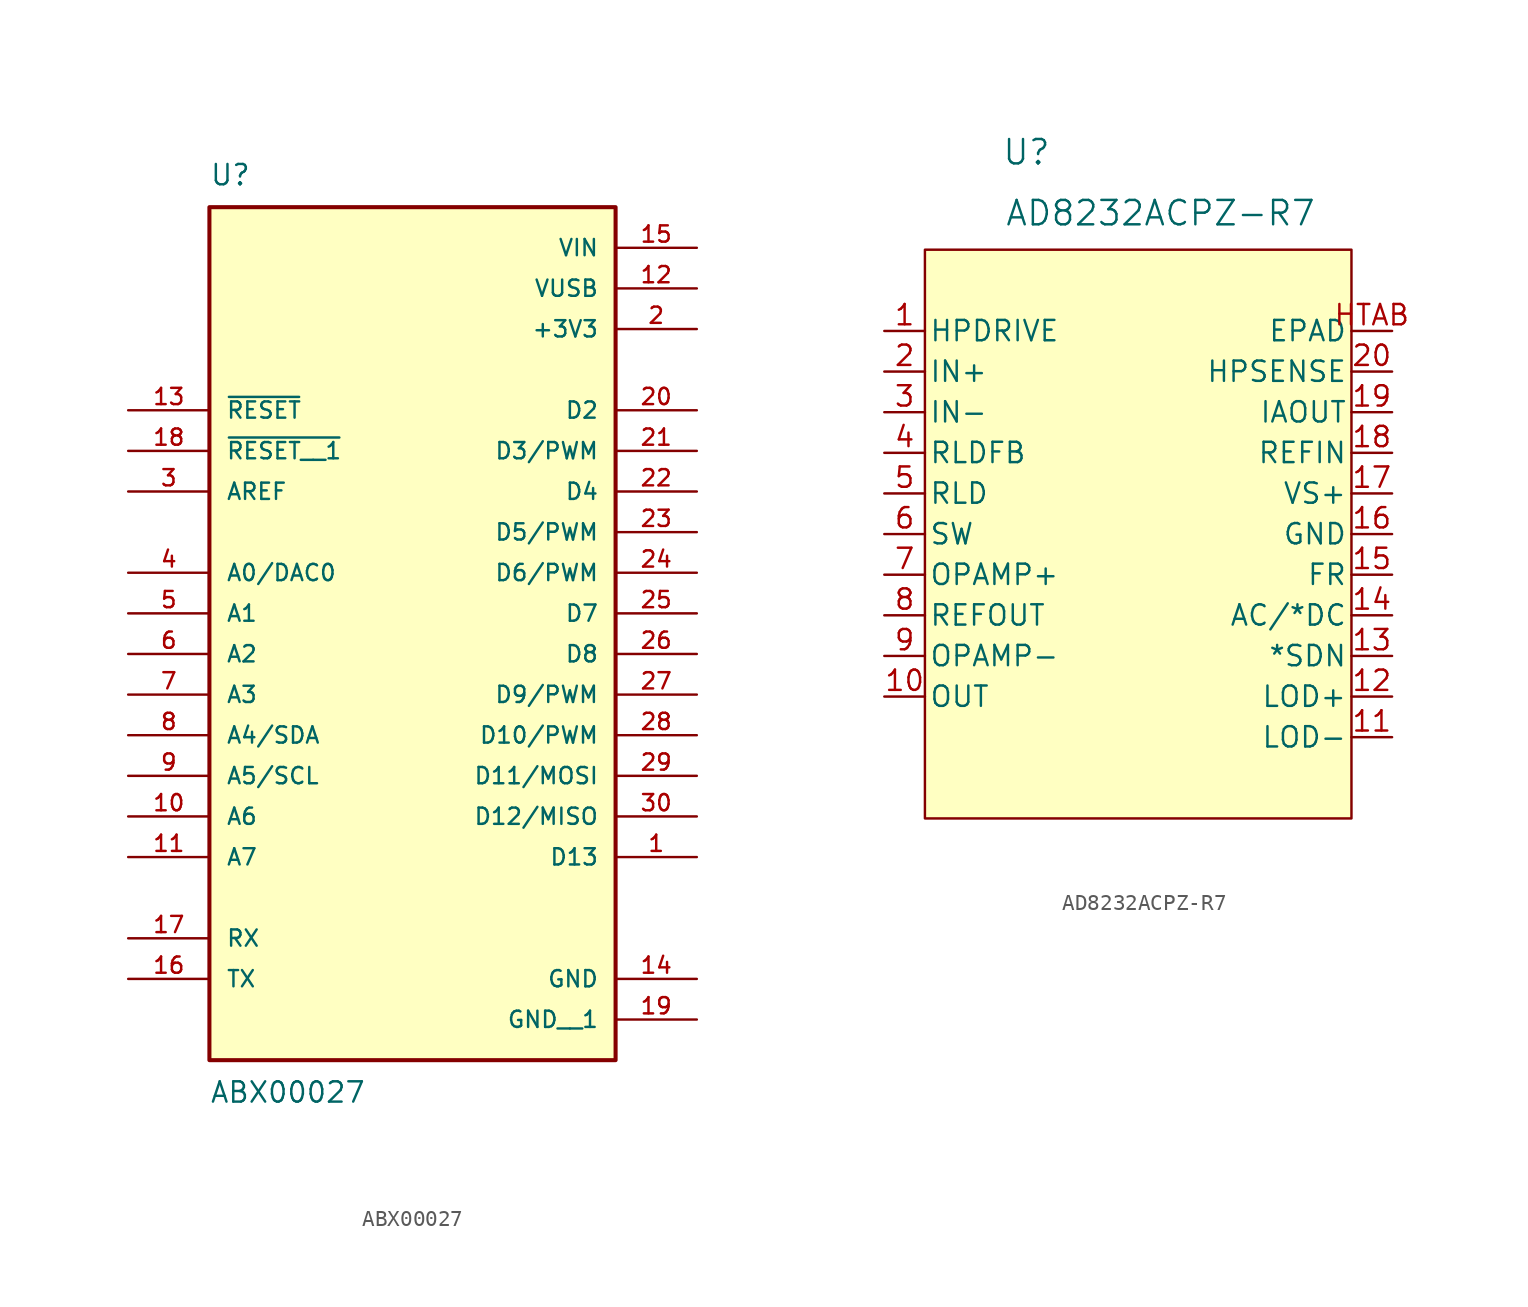
<source format=kicad_sym>
(kicad_symbol_lib
  (version 20241209)
  (generator "kicad_symbol_editor")
  (generator_version "9.0")
  (symbol "ABX00027"
    (pin_names
      (offset 1.016))
    (property "Reference" "U"
      (at -12.7 26.67 0)
      (effects (font (size 1.27 1.27)) (justify left bottom)))
    (property "Value" "ABX00027"
      (at -12.7 -29.21 0)
      (effects (font (size 1.27 1.27)) (justify left top)))
    (symbol "ABX00027_0_0"
      (rectangle (start -12.7 -27.94) (end 12.7 25.4) (stroke (width 0.254) (type default)) (fill (type background)))
      (pin input line (at -17.78 12.7 0) (length 5.08) (name "~{RESET}" (effects (font (size 1.016 1.016)))) (number "13" (effects (font (size 1.016 1.016)))))
      (pin input line (at -17.78 10.16 0) (length 5.08) (name "~{RESET__1}" (effects (font (size 1.016 1.016)))) (number "18" (effects (font (size 1.016 1.016)))))
      (pin input line (at -17.78 7.62 0) (length 5.08) (name "AREF" (effects (font (size 1.016 1.016)))) (number "3" (effects (font (size 1.016 1.016)))))
      (pin bidirectional line (at -17.78 2.54 0) (length 5.08) (name "A0/DAC0" (effects (font (size 1.016 1.016)))) (number "4" (effects (font (size 1.016 1.016)))))
      (pin input line (at -17.78 0 0) (length 5.08) (name "A1" (effects (font (size 1.016 1.016)))) (number "5" (effects (font (size 1.016 1.016)))))
      (pin input line (at -17.78 -2.54 0) (length 5.08) (name "A2" (effects (font (size 1.016 1.016)))) (number "6" (effects (font (size 1.016 1.016)))))
      (pin input line (at -17.78 -5.08 0) (length 5.08) (name "A3" (effects (font (size 1.016 1.016)))) (number "7" (effects (font (size 1.016 1.016)))))
      (pin input line (at -17.78 -7.62 0) (length 5.08) (name "A4/SDA" (effects (font (size 1.016 1.016)))) (number "8" (effects (font (size 1.016 1.016)))))
      (pin input line (at -17.78 -10.16 0) (length 5.08) (name "A5/SCL" (effects (font (size 1.016 1.016)))) (number "9" (effects (font (size 1.016 1.016)))))
      (pin input line (at -17.78 -12.7 0) (length 5.08) (name "A6" (effects (font (size 1.016 1.016)))) (number "10" (effects (font (size 1.016 1.016)))))
      (pin input line (at -17.78 -15.24 0) (length 5.08) (name "A7" (effects (font (size 1.016 1.016)))) (number "11" (effects (font (size 1.016 1.016)))))
      (pin bidirectional line (at -17.78 -20.32 0) (length 5.08) (name "RX" (effects (font (size 1.016 1.016)))) (number "17" (effects (font (size 1.016 1.016)))))
      (pin bidirectional line (at -17.78 -22.86 0) (length 5.08) (name "TX" (effects (font (size 1.016 1.016)))) (number "16" (effects (font (size 1.016 1.016)))))
      (pin power_in line (at 17.78 22.86 180) (length 5.08) (name "VIN" (effects (font (size 1.016 1.016)))) (number "15" (effects (font (size 1.016 1.016)))))
      (pin power_in line (at 17.78 20.32 180) (length 5.08) (name "VUSB" (effects (font (size 1.016 1.016)))) (number "12" (effects (font (size 1.016 1.016)))))
      (pin power_in line (at 17.78 17.78 180) (length 5.08) (name "+3V3" (effects (font (size 1.016 1.016)))) (number "2" (effects (font (size 1.016 1.016)))))
      (pin bidirectional line (at 17.78 12.7 180) (length 5.08) (name "D2" (effects (font (size 1.016 1.016)))) (number "20" (effects (font (size 1.016 1.016)))))
      (pin bidirectional line (at 17.78 10.16 180) (length 5.08) (name "D3/PWM" (effects (font (size 1.016 1.016)))) (number "21" (effects (font (size 1.016 1.016)))))
      (pin bidirectional line (at 17.78 7.62 180) (length 5.08) (name "D4" (effects (font (size 1.016 1.016)))) (number "22" (effects (font (size 1.016 1.016)))))
      (pin bidirectional line (at 17.78 5.08 180) (length 5.08) (name "D5/PWM" (effects (font (size 1.016 1.016)))) (number "23" (effects (font (size 1.016 1.016)))))
      (pin bidirectional line (at 17.78 2.54 180) (length 5.08) (name "D6/PWM" (effects (font (size 1.016 1.016)))) (number "24" (effects (font (size 1.016 1.016)))))
      (pin bidirectional line (at 17.78 0 180) (length 5.08) (name "D7" (effects (font (size 1.016 1.016)))) (number "25" (effects (font (size 1.016 1.016)))))
      (pin bidirectional line (at 17.78 -2.54 180) (length 5.08) (name "D8" (effects (font (size 1.016 1.016)))) (number "26" (effects (font (size 1.016 1.016)))))
      (pin bidirectional line (at 17.78 -5.08 180) (length 5.08) (name "D9/PWM" (effects (font (size 1.016 1.016)))) (number "27" (effects (font (size 1.016 1.016)))))
      (pin bidirectional line (at 17.78 -7.62 180) (length 5.08) (name "D10/PWM" (effects (font (size 1.016 1.016)))) (number "28" (effects (font (size 1.016 1.016)))))
      (pin bidirectional line (at 17.78 -10.16 180) (length 5.08) (name "D11/MOSI" (effects (font (size 1.016 1.016)))) (number "29" (effects (font (size 1.016 1.016)))))
      (pin bidirectional line (at 17.78 -12.7 180) (length 5.08) (name "D12/MISO" (effects (font (size 1.016 1.016)))) (number "30" (effects (font (size 1.016 1.016)))))
      (pin bidirectional line (at 17.78 -15.24 180) (length 5.08) (name "D13" (effects (font (size 1.016 1.016)))) (number "1" (effects (font (size 1.016 1.016)))))
      (pin power_in line (at 17.78 -22.86 180) (length 5.08) (name "GND" (effects (font (size 1.016 1.016)))) (number "14" (effects (font (size 1.016 1.016)))))
      (pin power_in line (at 17.78 -25.4 180) (length 5.08) (name "GND__1" (effects (font (size 1.016 1.016)))) (number "19" (effects (font (size 1.016 1.016)))))))
  (symbol "AD8232ACPZ-R7"
    (pin_names
      (offset 0.254))
    (property "Reference" "U"
      (at 6.35 41.656 0)
      (effects (font (size 1.524 1.524))))
    (property "Value" "AD8232ACPZ-R7"
      (at 14.732 37.846 0)
      (effects (font (size 1.524 1.524))))
    (property "ki_locked" ""
      (at 0 0 0)
      (effects (font (size 1.27 1.27))))
    (symbol "AD8232ACPZ-R7_0_1"
      (rectangle (start 0 35.56) (end 26.67 0) (stroke (width 0) (type default)) (fill (type background)))
      (pin output line (at -2.54 30.48 0) (length 2.54) (name "HPDRIVE" (effects (font (size 1.27 1.27)))) (number "1" (effects (font (size 1.27 1.27)))))
      (pin input line (at -2.54 27.94 0) (length 2.54) (name "IN+" (effects (font (size 1.27 1.27)))) (number "2" (effects (font (size 1.27 1.27)))))
      (pin input line (at -2.54 25.4 0) (length 2.54) (name "IN-" (effects (font (size 1.27 1.27)))) (number "3" (effects (font (size 1.27 1.27)))))
      (pin input line (at -2.54 22.86 0) (length 2.54) (name "RLDFB" (effects (font (size 1.27 1.27)))) (number "4" (effects (font (size 1.27 1.27)))))
      (pin output line (at -2.54 20.32 0) (length 2.54) (name "RLD" (effects (font (size 1.27 1.27)))) (number "5" (effects (font (size 1.27 1.27)))))
      (pin output line (at -2.54 17.78 0) (length 2.54) (name "SW" (effects (font (size 1.27 1.27)))) (number "6" (effects (font (size 1.27 1.27)))))
      (pin input line (at -2.54 15.24 0) (length 2.54) (name "OPAMP+" (effects (font (size 1.27 1.27)))) (number "7" (effects (font (size 1.27 1.27)))))
      (pin output line (at -2.54 12.7 0) (length 2.54) (name "REFOUT" (effects (font (size 1.27 1.27)))) (number "8" (effects (font (size 1.27 1.27)))))
      (pin input line (at -2.54 10.16 0) (length 2.54) (name "OPAMP-" (effects (font (size 1.27 1.27)))) (number "9" (effects (font (size 1.27 1.27)))))
      (pin output line (at -2.54 7.62 0) (length 2.54) (name "OUT" (effects (font (size 1.27 1.27)))) (number "10" (effects (font (size 1.27 1.27)))))
      (pin input line (at 29.21 27.94 180) (length 2.54) (name "HPSENSE" (effects (font (size 1.27 1.27)))) (number "20" (effects (font (size 1.27 1.27)))))
      (pin output line (at 29.21 25.4 180) (length 2.54) (name "IAOUT" (effects (font (size 1.27 1.27)))) (number "19" (effects (font (size 1.27 1.27)))))
      (pin input line (at 29.21 22.86 180) (length 2.54) (name "REFIN" (effects (font (size 1.27 1.27)))) (number "18" (effects (font (size 1.27 1.27)))))
      (pin power_in line (at 29.21 20.32 180) (length 2.54) (name "VS+" (effects (font (size 1.27 1.27)))) (number "17" (effects (font (size 1.27 1.27)))))
      (pin power_in line (at 29.21 17.78 180) (length 2.54) (name "GND" (effects (font (size 1.27 1.27)))) (number "16" (effects (font (size 1.27 1.27)))))
      (pin input line (at 29.21 15.24 180) (length 2.54) (name "FR" (effects (font (size 1.27 1.27)))) (number "15" (effects (font (size 1.27 1.27)))))
      (pin input line (at 29.21 12.7 180) (length 2.54) (name "AC/*DC" (effects (font (size 1.27 1.27)))) (number "14" (effects (font (size 1.27 1.27)))))
      (pin input line (at 29.21 10.16 180) (length 2.54) (name "*SDN" (effects (font (size 1.27 1.27)))) (number "13" (effects (font (size 1.27 1.27)))))
      (pin output line (at 29.21 7.62 180) (length 2.54) (name "LOD+" (effects (font (size 1.27 1.27)))) (number "12" (effects (font (size 1.27 1.27)))))
      (pin output line (at 29.21 5.08 180) (length 2.54) (name "LOD-" (effects (font (size 1.27 1.27)))) (number "11" (effects (font (size 1.27 1.27))))))
    (symbol "AD8232ACPZ-R7_1_1"
      (pin unspecified line (at 29.21 30.48 180) (length 2.54) (name "EPAD" (effects (font (size 1.27 1.27)))) (number "HTAB" (effects (font (size 1.27 1.27))))))))
</source>
